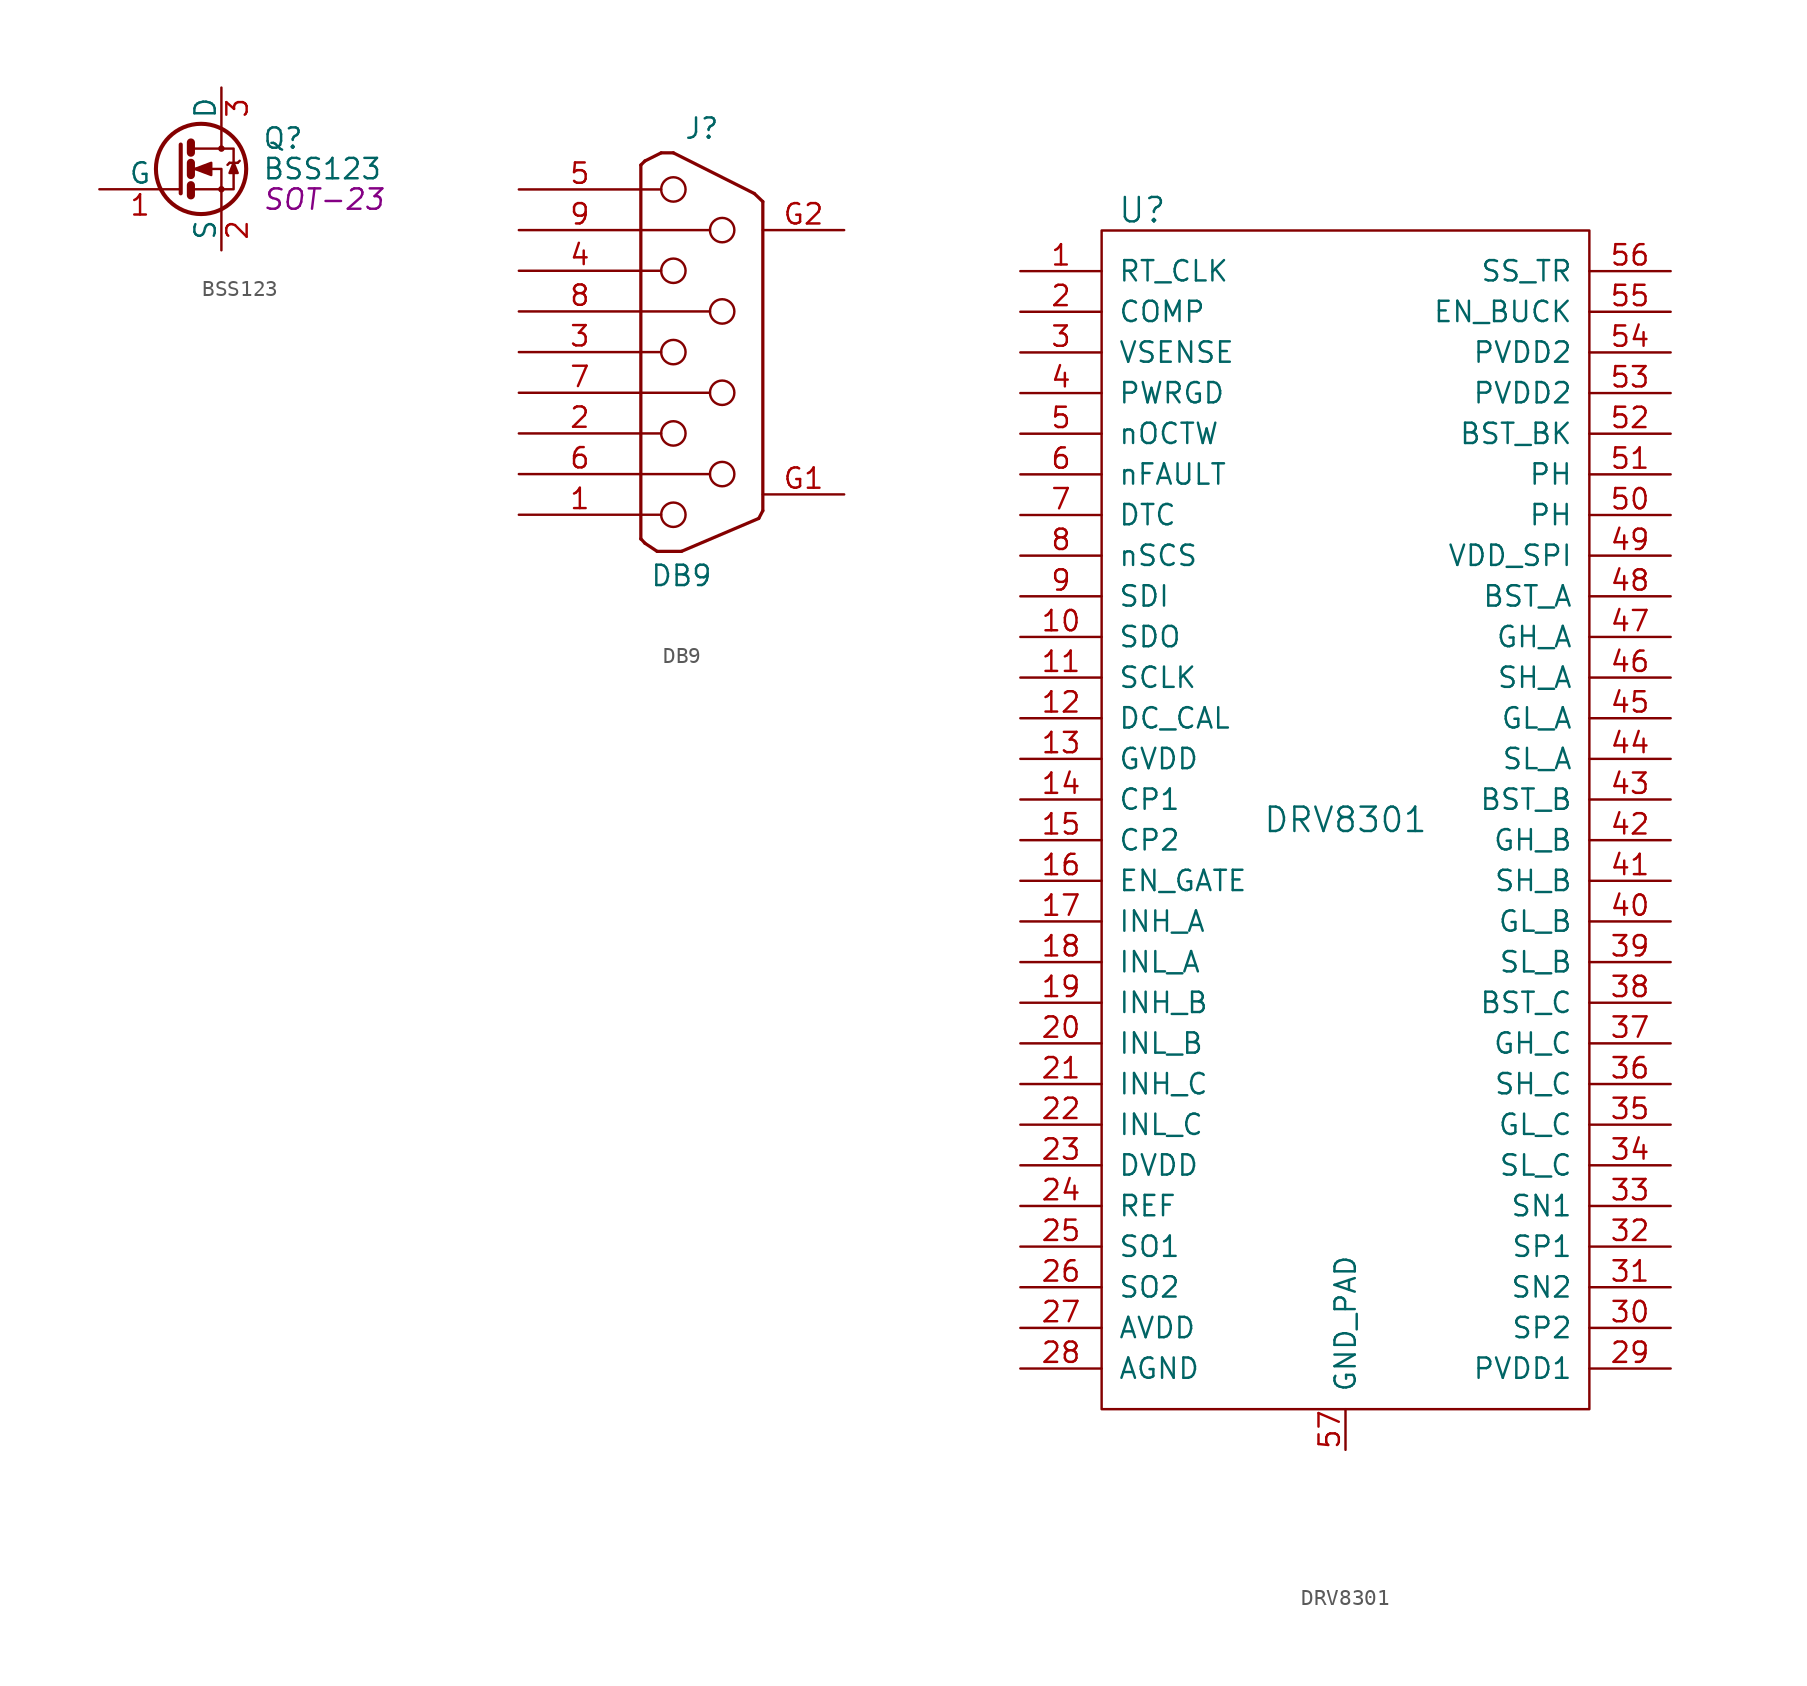
<source format=kicad_sym>
(kicad_symbol_lib
  (version 20220914)
  (generator kicad_symbol_editor)
  (symbol "BSS123"
    (pin_names
      (offset 0))
    (property "Reference" "Q"
      (at 2.54 3.175 0)
      (effects (font (size 1.27 1.27)) (justify left)))
    (property "Value" "BSS123"
      (at 2.54 1.27 0)
      (effects (font (size 1.27 1.27)) (justify left)))
    (property "Footprint" "SOT-23"
      (at 2.54 -0.635 0)
      (effects (font (size 1.27 1.27) italic) (justify left)))
    (property "Datasheet" ""
      (at -2.54 1.27 0)
      (effects (font (size 1.27 1.27)) (justify left)))
    (symbol "BSS123_0_1"
      (circle (center -1.27 1.27) (radius 2.819) (stroke (width 0.254) (type default)) (fill (type none)))
      (polyline (pts (xy -1.905 0.254) (xy -1.905 -0.381)) (stroke (width 0.508) (type default)) (fill (type none)))
      (polyline (pts (xy -1.905 1.651) (xy -1.905 0.889)) (stroke (width 0.508) (type default)) (fill (type none)))
      (polyline (pts (xy -1.905 2.921) (xy -1.905 2.286)) (stroke (width 0.508) (type default)) (fill (type none)))
      (polyline (pts (xy 0.508 1.651) (xy 0.381 1.524)) (stroke (width 0) (type default)) (fill (type none)))
      (polyline (pts (xy 0.508 1.651) (xy 1.016 1.651)) (stroke (width 0) (type default)) (fill (type none)))
      (polyline (pts (xy 1.016 1.651) (xy 1.143 1.778)) (stroke (width 0) (type default)) (fill (type none)))
      (polyline (pts (xy -2.54 2.794) (xy -2.54 -0.254) (xy -2.54 -0.254)) (stroke (width 0.254) (type default)) (fill (type none)))
      (polyline (pts (xy -1.778 0) (xy 0 0) (xy 0 -1.27) (xy 0 -1.27)) (stroke (width 0) (type default)) (fill (type none)))
      (polyline (pts (xy -1.778 2.54) (xy 0 2.54) (xy 0 3.81) (xy 0 3.81)) (stroke (width 0) (type default)) (fill (type none)))
      (polyline (pts (xy 0 2.54) (xy 0.762 2.54) (xy 0.762 0) (xy 0 0)) (stroke (width 0) (type default)) (fill (type none)))
      (polyline (pts (xy 0.762 1.651) (xy 0.508 1.016) (xy 1.016 1.016) (xy 0.762 1.651)) (stroke (width 0) (type default)) (fill (type outline)))
      (polyline (pts (xy -1.778 1.27) (xy -1.27 1.27) (xy 0 1.27) (xy 0 0) (xy 0 0)) (stroke (width 0) (type default)) (fill (type none)))
      (polyline (pts (xy -1.651 1.27) (xy -0.635 1.651) (xy -0.635 0.889) (xy -1.651 1.27) (xy -1.524 1.27) (xy -1.524 1.27)) (stroke (width 0) (type default)) (fill (type outline)))
      (circle (center 0 0) (radius 0.127) (stroke (width 0) (type default)) (fill (type none)))
      (circle (center 0 2.54) (radius 0.127) (stroke (width 0) (type default)) (fill (type none))))
    (symbol "BSS123_1_1"
      (pin passive line (at -7.62 0 0) (length 5.08) (name "G" (effects (font (size 1.27 1.27)))) (number "1" (effects (font (size 1.27 1.27)))))
      (pin passive line (at 0 -3.81 90) (length 2.54) (name "S" (effects (font (size 1.27 1.27)))) (number "2" (effects (font (size 1.27 1.27)))))
      (pin passive line (at 0 6.35 270) (length 2.54) (name "D" (effects (font (size 1.27 1.27)))) (number "3" (effects (font (size 1.27 1.27)))))))
  (symbol "DB9"
    (pin_names
      (offset 1.016) hide)
    (property "Reference" "J"
      (at 0 13.97 0)
      (effects (font (size 1.27 1.27))))
    (property "Value" "DB9"
      (at -1.27 -13.97 0)
      (effects (font (size 1.27 1.27))))
    (property "Footprint" ""
      (at 0 0 0)
      (effects (font (size 1.27 1.27))))
    (property "Datasheet" ""
      (at 0 0 0)
      (effects (font (size 1.27 1.27))))
    (symbol "DB9_0_1"
      (circle (center -1.778 -10.16) (radius 0.762) (stroke (width 0) (type default)) (fill (type none)))
      (circle (center -1.778 -5.08) (radius 0.762) (stroke (width 0) (type default)) (fill (type none)))
      (circle (center -1.778 0) (radius 0.762) (stroke (width 0) (type default)) (fill (type none)))
      (circle (center -1.778 5.08) (radius 0.762) (stroke (width 0) (type default)) (fill (type none)))
      (circle (center -1.778 10.16) (radius 0.762) (stroke (width 0) (type default)) (fill (type none)))
      (polyline (pts (xy -3.81 -11.684) (xy -3.81 11.684)) (stroke (width 0.203) (type default)) (fill (type none)))
      (polyline (pts (xy -3.81 -11.659) (xy -3.556 -11.938)) (stroke (width 0.203) (type default)) (fill (type none)))
      (polyline (pts (xy -3.81 -10.16) (xy -2.54 -10.16)) (stroke (width 0) (type default)) (fill (type none)))
      (polyline (pts (xy -3.81 -7.62) (xy 0.508 -7.62)) (stroke (width 0) (type default)) (fill (type none)))
      (polyline (pts (xy -3.81 -5.08) (xy -2.54 -5.08)) (stroke (width 0) (type default)) (fill (type none)))
      (polyline (pts (xy -3.81 -2.54) (xy 0.508 -2.54)) (stroke (width 0) (type default)) (fill (type none)))
      (polyline (pts (xy -3.81 0) (xy -2.54 0)) (stroke (width 0) (type default)) (fill (type none)))
      (polyline (pts (xy -3.81 2.54) (xy 0.508 2.54)) (stroke (width 0) (type default)) (fill (type none)))
      (polyline (pts (xy -3.81 5.08) (xy -2.54 5.08)) (stroke (width 0) (type default)) (fill (type none)))
      (polyline (pts (xy -3.81 7.62) (xy 0.508 7.62)) (stroke (width 0) (type default)) (fill (type none)))
      (polyline (pts (xy -3.81 10.16) (xy -2.54 10.16)) (stroke (width 0) (type default)) (fill (type none)))
      (polyline (pts (xy -3.556 -11.938) (xy -2.794 -12.446)) (stroke (width 0.203) (type default)) (fill (type none)))
      (polyline (pts (xy -3.556 11.938) (xy -3.81 11.684)) (stroke (width 0.203) (type default)) (fill (type none)))
      (polyline (pts (xy -3.556 11.938) (xy -2.54 12.446)) (stroke (width 0.203) (type default)) (fill (type none)))
      (polyline (pts (xy -2.794 -12.446) (xy -1.27 -12.446)) (stroke (width 0.203) (type default)) (fill (type none)))
      (polyline (pts (xy -2.54 12.446) (xy -1.778 12.446)) (stroke (width 0.203) (type default)) (fill (type none)))
      (polyline (pts (xy 3.277 9.906) (xy -1.778 12.446)) (stroke (width 0.203) (type default)) (fill (type none)))
      (polyline (pts (xy 3.277 9.906) (xy 3.81 9.398)) (stroke (width 0.203) (type default)) (fill (type none)))
      (polyline (pts (xy 3.556 -10.389) (xy -1.27 -12.446)) (stroke (width 0.203) (type default)) (fill (type none)))
      (polyline (pts (xy 3.81 -9.906) (xy 3.556 -10.389)) (stroke (width 0.203) (type default)) (fill (type none)))
      (polyline (pts (xy 3.81 9.398) (xy 3.81 -9.906)) (stroke (width 0.203) (type default)) (fill (type none)))
      (circle (center 1.27 -7.62) (radius 0.762) (stroke (width 0) (type default)) (fill (type none)))
      (circle (center 1.27 -2.54) (radius 0.762) (stroke (width 0) (type default)) (fill (type none)))
      (circle (center 1.27 2.54) (radius 0.762) (stroke (width 0) (type default)) (fill (type none)))
      (circle (center 1.27 7.62) (radius 0.762) (stroke (width 0) (type default)) (fill (type none))))
    (symbol "DB9_1_1"
      (pin passive line (at -11.43 -10.16 0) (length 7.62) (name "1" (effects (font (size 1.27 1.27)))) (number "1" (effects (font (size 1.27 1.27)))))
      (pin passive line (at -11.43 -5.08 0) (length 7.62) (name "2" (effects (font (size 1.27 1.27)))) (number "2" (effects (font (size 1.27 1.27)))))
      (pin passive line (at -11.43 0 0) (length 7.62) (name "3" (effects (font (size 1.27 1.27)))) (number "3" (effects (font (size 1.27 1.27)))))
      (pin passive line (at -11.43 5.08 0) (length 7.62) (name "4" (effects (font (size 1.27 1.27)))) (number "4" (effects (font (size 1.27 1.27)))))
      (pin passive line (at -11.43 10.16 0) (length 7.62) (name "5" (effects (font (size 1.27 1.27)))) (number "5" (effects (font (size 1.27 1.27)))))
      (pin passive line (at -11.43 -7.62 0) (length 7.62) (name "P6" (effects (font (size 1.27 1.27)))) (number "6" (effects (font (size 1.27 1.27)))))
      (pin passive line (at -11.43 -2.54 0) (length 7.62) (name "P7" (effects (font (size 1.27 1.27)))) (number "7" (effects (font (size 1.27 1.27)))))
      (pin passive line (at -11.43 2.54 0) (length 7.62) (name "P8" (effects (font (size 1.27 1.27)))) (number "8" (effects (font (size 1.27 1.27)))))
      (pin passive line (at -11.43 7.62 0) (length 7.62) (name "P9" (effects (font (size 1.27 1.27)))) (number "9" (effects (font (size 1.27 1.27)))))
      (pin input line (at 8.89 -8.89 180) (length 5.08) (name "~" (effects (font (size 1.27 1.27)))) (number "G1" (effects (font (size 1.27 1.27)))))
      (pin input line (at 8.89 7.62 180) (length 5.08) (name "~" (effects (font (size 1.27 1.27)))) (number "G2" (effects (font (size 1.27 1.27)))))))
  (symbol "DRV8301"
    (pin_names
      (offset 1.016))
    (property "Reference" "U"
      (at -12.7 38.1 0)
      (effects (font (size 1.524 1.524))))
    (property "Value" "DRV8301"
      (at 0 0 0)
      (effects (font (size 1.524 1.524))))
    (symbol "DRV8301_0_1"
      (rectangle (start -15.24 36.83) (end 15.24 -36.83) (stroke (width 0) (type default)) (fill (type none))))
    (symbol "DRV8301_1_1"
      (pin input line (at -20.32 34.29 0) (length 5.08) (name "RT_CLK" (effects (font (size 1.27 1.27)))) (number "1" (effects (font (size 1.27 1.27)))))
      (pin output line (at -20.32 11.43 0) (length 5.08) (name "SDO" (effects (font (size 1.27 1.27)))) (number "10" (effects (font (size 1.27 1.27)))))
      (pin input line (at -20.32 8.89 0) (length 5.08) (name "SCLK" (effects (font (size 1.27 1.27)))) (number "11" (effects (font (size 1.27 1.27)))))
      (pin input line (at -20.32 6.35 0) (length 5.08) (name "DC_CAL" (effects (font (size 1.27 1.27)))) (number "12" (effects (font (size 1.27 1.27)))))
      (pin bidirectional line (at -20.32 3.81 0) (length 5.08) (name "GVDD" (effects (font (size 1.27 1.27)))) (number "13" (effects (font (size 1.27 1.27)))))
      (pin bidirectional line (at -20.32 1.27 0) (length 5.08) (name "CP1" (effects (font (size 1.27 1.27)))) (number "14" (effects (font (size 1.27 1.27)))))
      (pin bidirectional line (at -20.32 -1.27 0) (length 5.08) (name "CP2" (effects (font (size 1.27 1.27)))) (number "15" (effects (font (size 1.27 1.27)))))
      (pin input line (at -20.32 -3.81 0) (length 5.08) (name "EN_GATE" (effects (font (size 1.27 1.27)))) (number "16" (effects (font (size 1.27 1.27)))))
      (pin input line (at -20.32 -6.35 0) (length 5.08) (name "INH_A" (effects (font (size 1.27 1.27)))) (number "17" (effects (font (size 1.27 1.27)))))
      (pin input line (at -20.32 -8.89 0) (length 5.08) (name "INL_A" (effects (font (size 1.27 1.27)))) (number "18" (effects (font (size 1.27 1.27)))))
      (pin input line (at -20.32 -11.43 0) (length 5.08) (name "INH_B" (effects (font (size 1.27 1.27)))) (number "19" (effects (font (size 1.27 1.27)))))
      (pin output line (at -20.32 31.75 0) (length 5.08) (name "COMP" (effects (font (size 1.27 1.27)))) (number "2" (effects (font (size 1.27 1.27)))))
      (pin input line (at -20.32 -13.97 0) (length 5.08) (name "INL_B" (effects (font (size 1.27 1.27)))) (number "20" (effects (font (size 1.27 1.27)))))
      (pin input line (at -20.32 -16.51 0) (length 5.08) (name "INH_C" (effects (font (size 1.27 1.27)))) (number "21" (effects (font (size 1.27 1.27)))))
      (pin input line (at -20.32 -19.05 0) (length 5.08) (name "INL_C" (effects (font (size 1.27 1.27)))) (number "22" (effects (font (size 1.27 1.27)))))
      (pin bidirectional line (at -20.32 -21.59 0) (length 5.08) (name "DVDD" (effects (font (size 1.27 1.27)))) (number "23" (effects (font (size 1.27 1.27)))))
      (pin input line (at -20.32 -24.13 0) (length 5.08) (name "REF" (effects (font (size 1.27 1.27)))) (number "24" (effects (font (size 1.27 1.27)))))
      (pin output line (at -20.32 -26.67 0) (length 5.08) (name "SO1" (effects (font (size 1.27 1.27)))) (number "25" (effects (font (size 1.27 1.27)))))
      (pin output line (at -20.32 -29.21 0) (length 5.08) (name "SO2" (effects (font (size 1.27 1.27)))) (number "26" (effects (font (size 1.27 1.27)))))
      (pin passive line (at -20.32 -31.75 0) (length 5.08) (name "AVDD" (effects (font (size 1.27 1.27)))) (number "27" (effects (font (size 1.27 1.27)))))
      (pin passive line (at -20.32 -34.29 0) (length 5.08) (name "AGND" (effects (font (size 1.27 1.27)))) (number "28" (effects (font (size 1.27 1.27)))))
      (pin power_in line (at 20.32 -34.29 180) (length 5.08) (name "PVDD1" (effects (font (size 1.27 1.27)))) (number "29" (effects (font (size 1.27 1.27)))))
      (pin input line (at -20.32 29.21 0) (length 5.08) (name "VSENSE" (effects (font (size 1.27 1.27)))) (number "3" (effects (font (size 1.27 1.27)))))
      (pin input line (at 20.32 -31.75 180) (length 5.08) (name "SP2" (effects (font (size 1.27 1.27)))) (number "30" (effects (font (size 1.27 1.27)))))
      (pin input line (at 20.32 -29.21 180) (length 5.08) (name "SN2" (effects (font (size 1.27 1.27)))) (number "31" (effects (font (size 1.27 1.27)))))
      (pin input line (at 20.32 -26.67 180) (length 5.08) (name "SP1" (effects (font (size 1.27 1.27)))) (number "32" (effects (font (size 1.27 1.27)))))
      (pin input line (at 20.32 -24.13 180) (length 5.08) (name "SN1" (effects (font (size 1.27 1.27)))) (number "33" (effects (font (size 1.27 1.27)))))
      (pin input line (at 20.32 -21.59 180) (length 5.08) (name "SL_C" (effects (font (size 1.27 1.27)))) (number "34" (effects (font (size 1.27 1.27)))))
      (pin output line (at 20.32 -19.05 180) (length 5.08) (name "GL_C" (effects (font (size 1.27 1.27)))) (number "35" (effects (font (size 1.27 1.27)))))
      (pin input line (at 20.32 -16.51 180) (length 5.08) (name "SH_C" (effects (font (size 1.27 1.27)))) (number "36" (effects (font (size 1.27 1.27)))))
      (pin output line (at 20.32 -13.97 180) (length 5.08) (name "GH_C" (effects (font (size 1.27 1.27)))) (number "37" (effects (font (size 1.27 1.27)))))
      (pin bidirectional line (at 20.32 -11.43 180) (length 5.08) (name "BST_C" (effects (font (size 1.27 1.27)))) (number "38" (effects (font (size 1.27 1.27)))))
      (pin input line (at 20.32 -8.89 180) (length 5.08) (name "SL_B" (effects (font (size 1.27 1.27)))) (number "39" (effects (font (size 1.27 1.27)))))
      (pin output line (at -20.32 26.67 0) (length 5.08) (name "PWRGD" (effects (font (size 1.27 1.27)))) (number "4" (effects (font (size 1.27 1.27)))))
      (pin output line (at 20.32 -6.35 180) (length 5.08) (name "GL_B" (effects (font (size 1.27 1.27)))) (number "40" (effects (font (size 1.27 1.27)))))
      (pin input line (at 20.32 -3.81 180) (length 5.08) (name "SH_B" (effects (font (size 1.27 1.27)))) (number "41" (effects (font (size 1.27 1.27)))))
      (pin output line (at 20.32 -1.27 180) (length 5.08) (name "GH_B" (effects (font (size 1.27 1.27)))) (number "42" (effects (font (size 1.27 1.27)))))
      (pin bidirectional line (at 20.32 1.27 180) (length 5.08) (name "BST_B" (effects (font (size 1.27 1.27)))) (number "43" (effects (font (size 1.27 1.27)))))
      (pin input line (at 20.32 3.81 180) (length 5.08) (name "SL_A" (effects (font (size 1.27 1.27)))) (number "44" (effects (font (size 1.27 1.27)))))
      (pin output line (at 20.32 6.35 180) (length 5.08) (name "GL_A" (effects (font (size 1.27 1.27)))) (number "45" (effects (font (size 1.27 1.27)))))
      (pin input line (at 20.32 8.89 180) (length 5.08) (name "SH_A" (effects (font (size 1.27 1.27)))) (number "46" (effects (font (size 1.27 1.27)))))
      (pin output line (at 20.32 11.43 180) (length 5.08) (name "GH_A" (effects (font (size 1.27 1.27)))) (number "47" (effects (font (size 1.27 1.27)))))
      (pin bidirectional line (at 20.32 13.97 180) (length 5.08) (name "BST_A" (effects (font (size 1.27 1.27)))) (number "48" (effects (font (size 1.27 1.27)))))
      (pin input line (at 20.32 16.51 180) (length 5.08) (name "VDD_SPI" (effects (font (size 1.27 1.27)))) (number "49" (effects (font (size 1.27 1.27)))))
      (pin output line (at -20.32 24.13 0) (length 5.08) (name "nOCTW" (effects (font (size 1.27 1.27)))) (number "5" (effects (font (size 1.27 1.27)))))
      (pin bidirectional line (at 20.32 19.05 180) (length 5.08) (name "PH" (effects (font (size 1.27 1.27)))) (number "50" (effects (font (size 1.27 1.27)))))
      (pin bidirectional line (at 20.32 21.59 180) (length 5.08) (name "PH" (effects (font (size 1.27 1.27)))) (number "51" (effects (font (size 1.27 1.27)))))
      (pin bidirectional line (at 20.32 24.13 180) (length 5.08) (name "BST_BK" (effects (font (size 1.27 1.27)))) (number "52" (effects (font (size 1.27 1.27)))))
      (pin passive line (at 20.32 26.67 180) (length 5.08) (name "PVDD2" (effects (font (size 1.27 1.27)))) (number "53" (effects (font (size 1.27 1.27)))))
      (pin passive line (at 20.32 29.21 180) (length 5.08) (name "PVDD2" (effects (font (size 1.27 1.27)))) (number "54" (effects (font (size 1.27 1.27)))))
      (pin input line (at 20.32 31.75 180) (length 5.08) (name "EN_BUCK" (effects (font (size 1.27 1.27)))) (number "55" (effects (font (size 1.27 1.27)))))
      (pin input line (at 20.32 34.29 180) (length 5.08) (name "SS_TR" (effects (font (size 1.27 1.27)))) (number "56" (effects (font (size 1.27 1.27)))))
      (pin power_in line (at 0 -39.37 90) (length 2.54) (name "GND_PAD" (effects (font (size 1.27 1.27)))) (number "57" (effects (font (size 1.27 1.27)))))
      (pin output line (at -20.32 21.59 0) (length 5.08) (name "nFAULT" (effects (font (size 1.27 1.27)))) (number "6" (effects (font (size 1.27 1.27)))))
      (pin input line (at -20.32 19.05 0) (length 5.08) (name "DTC" (effects (font (size 1.27 1.27)))) (number "7" (effects (font (size 1.27 1.27)))))
      (pin input line (at -20.32 16.51 0) (length 5.08) (name "nSCS" (effects (font (size 1.27 1.27)))) (number "8" (effects (font (size 1.27 1.27)))))
      (pin input line (at -20.32 13.97 0) (length 5.08) (name "SDI" (effects (font (size 1.27 1.27)))) (number "9" (effects (font (size 1.27 1.27))))))))
</source>
